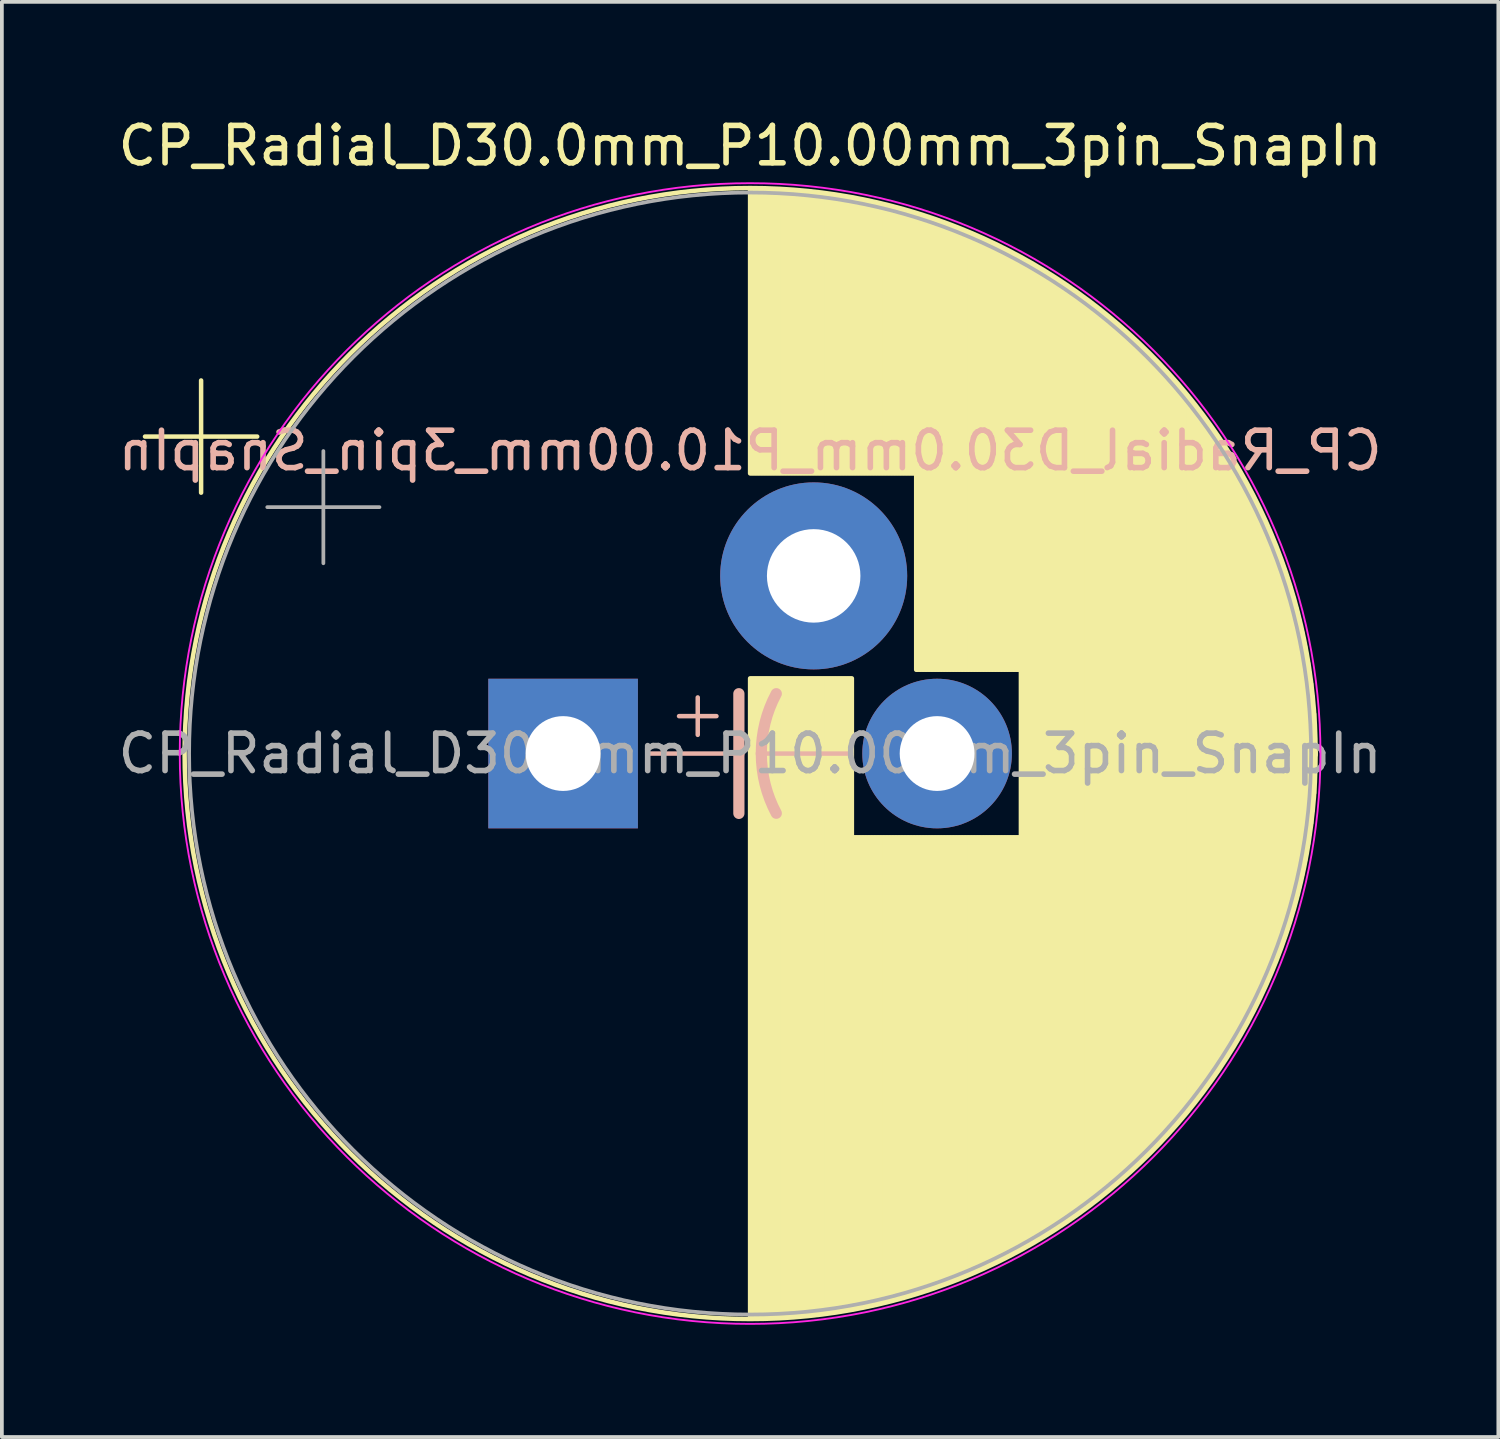
<source format=kicad_pcb>
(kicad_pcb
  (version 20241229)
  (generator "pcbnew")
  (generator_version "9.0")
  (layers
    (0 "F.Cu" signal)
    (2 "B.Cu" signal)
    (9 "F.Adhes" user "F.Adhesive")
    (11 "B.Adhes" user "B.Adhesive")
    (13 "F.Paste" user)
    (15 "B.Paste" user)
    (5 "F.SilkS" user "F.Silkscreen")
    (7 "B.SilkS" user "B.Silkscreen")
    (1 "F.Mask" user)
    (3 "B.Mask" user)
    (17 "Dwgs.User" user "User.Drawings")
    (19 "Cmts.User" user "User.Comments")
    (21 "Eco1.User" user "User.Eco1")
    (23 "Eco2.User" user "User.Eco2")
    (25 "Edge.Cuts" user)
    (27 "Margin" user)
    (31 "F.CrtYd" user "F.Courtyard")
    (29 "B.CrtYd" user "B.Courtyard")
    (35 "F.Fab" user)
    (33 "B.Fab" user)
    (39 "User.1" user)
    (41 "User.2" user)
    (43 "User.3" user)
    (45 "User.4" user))
  (footprint "CP_Radial_D30.0mm_P10.00mm_3pin_SnapIn"
    (layer "F.Cu")
    (at 12.006 17.098)
    (property "Reference" "CP_Radial_D30.0mm_P10.00mm_3pin_SnapIn" (at 5 -16.25 0) (layer "F.SilkS") (effects (font (size 1 1) (thickness 0.15))))
    (fp_line (start -11.179 -8.475) (end -8.179 -8.475) (stroke (width 0.12) (type solid)) (layer "F.SilkS"))
    (fp_line (start -9.679 -9.975) (end -9.679 -6.975) (stroke (width 0.12) (type solid)) (layer "F.SilkS"))
    (fp_line (start 5 -15.081) (end 5 -7.49) (stroke (width 0.12) (type solid)) (layer "F.SilkS"))
    (fp_line (start 5 -2.01) (end 5 15.081) (stroke (width 0.12) (type solid)) (layer "F.SilkS"))
    (fp_line (start 5.04 -15.08) (end 5.04 -7.49) (stroke (width 0.12) (type solid)) (layer "F.SilkS"))
    (fp_line (start 5.04 -2.01) (end 5.04 15.08) (stroke (width 0.12) (type solid)) (layer "F.SilkS"))
    (fp_line (start 5.08 -15.08) (end 5.08 -7.49) (stroke (width 0.12) (type solid)) (layer "F.SilkS"))
    (fp_line (start 5.08 -2.01) (end 5.08 15.08) (stroke (width 0.12) (type solid)) (layer "F.SilkS"))
    (fp_line (start 5.12 -15.08) (end 5.12 -7.49) (stroke (width 0.12) (type solid)) (layer "F.SilkS"))
    (fp_line (start 5.12 -2.01) (end 5.12 15.08) (stroke (width 0.12) (type solid)) (layer "F.SilkS"))
    (fp_line (start 5.16 -15.08) (end 5.16 -7.49) (stroke (width 0.12) (type solid)) (layer "F.SilkS"))
    (fp_line (start 5.16 -2.01) (end 5.16 15.08) (stroke (width 0.12) (type solid)) (layer "F.SilkS"))
    (fp_line (start 5.2 -15.079) (end 5.2 -7.49) (stroke (width 0.12) (type solid)) (layer "F.SilkS"))
    (fp_line (start 5.2 -2.01) (end 5.2 15.079) (stroke (width 0.12) (type solid)) (layer "F.SilkS"))
    (fp_line (start 5.24 -15.079) (end 5.24 -7.49) (stroke (width 0.12) (type solid)) (layer "F.SilkS"))
    (fp_line (start 5.24 -2.01) (end 5.24 15.079) (stroke (width 0.12) (type solid)) (layer "F.SilkS"))
    (fp_line (start 5.28 -15.078) (end 5.28 -7.49) (stroke (width 0.12) (type solid)) (layer "F.SilkS"))
    (fp_line (start 5.28 -2.01) (end 5.28 15.078) (stroke (width 0.12) (type solid)) (layer "F.SilkS"))
    (fp_line (start 5.32 -15.077) (end 5.32 -7.49) (stroke (width 0.12) (type solid)) (layer "F.SilkS"))
    (fp_line (start 5.32 -2.01) (end 5.32 15.077) (stroke (width 0.12) (type solid)) (layer "F.SilkS"))
    (fp_line (start 5.36 -15.076) (end 5.36 -7.49) (stroke (width 0.12) (type solid)) (layer "F.SilkS"))
    (fp_line (start 5.36 -2.01) (end 5.36 15.076) (stroke (width 0.12) (type solid)) (layer "F.SilkS"))
    (fp_line (start 5.4 -15.075) (end 5.4 -7.49) (stroke (width 0.12) (type solid)) (layer "F.SilkS"))
    (fp_line (start 5.4 -2.01) (end 5.4 15.075) (stroke (width 0.12) (type solid)) (layer "F.SilkS"))
    (fp_line (start 5.44 -15.074) (end 5.44 -7.49) (stroke (width 0.12) (type solid)) (layer "F.SilkS"))
    (fp_line (start 5.44 -2.01) (end 5.44 15.074) (stroke (width 0.12) (type solid)) (layer "F.SilkS"))
    (fp_line (start 5.48 -15.073) (end 5.48 -7.49) (stroke (width 0.12) (type solid)) (layer "F.SilkS"))
    (fp_line (start 5.48 -2.01) (end 5.48 15.073) (stroke (width 0.12) (type solid)) (layer "F.SilkS"))
    (fp_line (start 5.52 -15.072) (end 5.52 -7.49) (stroke (width 0.12) (type solid)) (layer "F.SilkS"))
    (fp_line (start 5.52 -2.01) (end 5.52 15.072) (stroke (width 0.12) (type solid)) (layer "F.SilkS"))
    (fp_line (start 5.56 -15.07) (end 5.56 -7.49) (stroke (width 0.12) (type solid)) (layer "F.SilkS"))
    (fp_line (start 5.56 -2.01) (end 5.56 15.07) (stroke (width 0.12) (type solid)) (layer "F.SilkS"))
    (fp_line (start 5.6 -15.069) (end 5.6 -7.49) (stroke (width 0.12) (type solid)) (layer "F.SilkS"))
    (fp_line (start 5.6 -2.01) (end 5.6 15.069) (stroke (width 0.12) (type solid)) (layer "F.SilkS"))
    (fp_line (start 5.64 -15.067) (end 5.64 -7.49) (stroke (width 0.12) (type solid)) (layer "F.SilkS"))
    (fp_line (start 5.64 -2.01) (end 5.64 15.067) (stroke (width 0.12) (type solid)) (layer "F.SilkS"))
    (fp_line (start 5.68 -15.065) (end 5.68 -7.49) (stroke (width 0.12) (type solid)) (layer "F.SilkS"))
    (fp_line (start 5.68 -2.01) (end 5.68 15.065) (stroke (width 0.12) (type solid)) (layer "F.SilkS"))
    (fp_line (start 5.721 -15.063) (end 5.721 -7.49) (stroke (width 0.12) (type solid)) (layer "F.SilkS"))
    (fp_line (start 5.721 -2.01) (end 5.721 15.063) (stroke (width 0.12) (type solid)) (layer "F.SilkS"))
    (fp_line (start 5.761 -15.061) (end 5.761 -7.49) (stroke (width 0.12) (type solid)) (layer "F.SilkS"))
    (fp_line (start 5.761 -2.01) (end 5.761 15.061) (stroke (width 0.12) (type solid)) (layer "F.SilkS"))
    (fp_line (start 5.801 -15.059) (end 5.801 -7.49) (stroke (width 0.12) (type solid)) (layer "F.SilkS"))
    (fp_line (start 5.801 -2.01) (end 5.801 15.059) (stroke (width 0.12) (type solid)) (layer "F.SilkS"))
    (fp_line (start 5.841 -15.057) (end 5.841 -7.49) (stroke (width 0.12) (type solid)) (layer "F.SilkS"))
    (fp_line (start 5.841 -2.01) (end 5.841 15.057) (stroke (width 0.12) (type solid)) (layer "F.SilkS"))
    (fp_line (start 5.881 -15.055) (end 5.881 -7.49) (stroke (width 0.12) (type solid)) (layer "F.SilkS"))
    (fp_line (start 5.881 -2.01) (end 5.881 15.055) (stroke (width 0.12) (type solid)) (layer "F.SilkS"))
    (fp_line (start 5.921 -15.052) (end 5.921 -7.49) (stroke (width 0.12) (type solid)) (layer "F.SilkS"))
    (fp_line (start 5.921 -2.01) (end 5.921 15.052) (stroke (width 0.12) (type solid)) (layer "F.SilkS"))
    (fp_line (start 5.961 -15.05) (end 5.961 -7.49) (stroke (width 0.12) (type solid)) (layer "F.SilkS"))
    (fp_line (start 5.961 -2.01) (end 5.961 15.05) (stroke (width 0.12) (type solid)) (layer "F.SilkS"))
    (fp_line (start 6.001 -15.047) (end 6.001 -7.49) (stroke (width 0.12) (type solid)) (layer "F.SilkS"))
    (fp_line (start 6.001 -2.01) (end 6.001 15.047) (stroke (width 0.12) (type solid)) (layer "F.SilkS"))
    (fp_line (start 6.041 -15.045) (end 6.041 -7.49) (stroke (width 0.12) (type solid)) (layer "F.SilkS"))
    (fp_line (start 6.041 -2.01) (end 6.041 15.045) (stroke (width 0.12) (type solid)) (layer "F.SilkS"))
    (fp_line (start 6.081 -15.042) (end 6.081 -7.49) (stroke (width 0.12) (type solid)) (layer "F.SilkS"))
    (fp_line (start 6.081 -2.01) (end 6.081 15.042) (stroke (width 0.12) (type solid)) (layer "F.SilkS"))
    (fp_line (start 6.121 -15.039) (end 6.121 -7.49) (stroke (width 0.12) (type solid)) (layer "F.SilkS"))
    (fp_line (start 6.121 -2.01) (end 6.121 15.039) (stroke (width 0.12) (type solid)) (layer "F.SilkS"))
    (fp_line (start 6.161 -15.036) (end 6.161 -7.49) (stroke (width 0.12) (type solid)) (layer "F.SilkS"))
    (fp_line (start 6.161 -2.01) (end 6.161 15.036) (stroke (width 0.12) (type solid)) (layer "F.SilkS"))
    (fp_line (start 6.201 -15.033) (end 6.201 -7.49) (stroke (width 0.12) (type solid)) (layer "F.SilkS"))
    (fp_line (start 6.201 -2.01) (end 6.201 15.033) (stroke (width 0.12) (type solid)) (layer "F.SilkS"))
    (fp_line (start 6.241 -15.03) (end 6.241 -7.49) (stroke (width 0.12) (type solid)) (layer "F.SilkS"))
    (fp_line (start 6.241 -2.01) (end 6.241 15.03) (stroke (width 0.12) (type solid)) (layer "F.SilkS"))
    (fp_line (start 6.281 -15.026) (end 6.281 -7.49) (stroke (width 0.12) (type solid)) (layer "F.SilkS"))
    (fp_line (start 6.281 -2.01) (end 6.281 15.026) (stroke (width 0.12) (type solid)) (layer "F.SilkS"))
    (fp_line (start 6.321 -15.023) (end 6.321 -7.49) (stroke (width 0.12) (type solid)) (layer "F.SilkS"))
    (fp_line (start 6.321 -2.01) (end 6.321 15.023) (stroke (width 0.12) (type solid)) (layer "F.SilkS"))
    (fp_line (start 6.361 -15.019) (end 6.361 -7.49) (stroke (width 0.12) (type solid)) (layer "F.SilkS"))
    (fp_line (start 6.361 -2.01) (end 6.361 15.019) (stroke (width 0.12) (type solid)) (layer "F.SilkS"))
    (fp_line (start 6.401 -15.016) (end 6.401 -7.49) (stroke (width 0.12) (type solid)) (layer "F.SilkS"))
    (fp_line (start 6.401 -2.01) (end 6.401 15.016) (stroke (width 0.12) (type solid)) (layer "F.SilkS"))
    (fp_line (start 6.441 -15.012) (end 6.441 -7.49) (stroke (width 0.12) (type solid)) (layer "F.SilkS"))
    (fp_line (start 6.441 -2.01) (end 6.441 15.012) (stroke (width 0.12) (type solid)) (layer "F.SilkS"))
    (fp_line (start 6.481 -15.008) (end 6.481 -7.49) (stroke (width 0.12) (type solid)) (layer "F.SilkS"))
    (fp_line (start 6.481 -2.01) (end 6.481 15.008) (stroke (width 0.12) (type solid)) (layer "F.SilkS"))
    (fp_line (start 6.521 -15.004) (end 6.521 -7.49) (stroke (width 0.12) (type solid)) (layer "F.SilkS"))
    (fp_line (start 6.521 -2.01) (end 6.521 15.004) (stroke (width 0.12) (type solid)) (layer "F.SilkS"))
    (fp_line (start 6.561 -15) (end 6.561 -7.49) (stroke (width 0.12) (type solid)) (layer "F.SilkS"))
    (fp_line (start 6.561 -2.01) (end 6.561 15) (stroke (width 0.12) (type solid)) (layer "F.SilkS"))
    (fp_line (start 6.601 -14.996) (end 6.601 -7.49) (stroke (width 0.12) (type solid)) (layer "F.SilkS"))
    (fp_line (start 6.601 -2.01) (end 6.601 14.996) (stroke (width 0.12) (type solid)) (layer "F.SilkS"))
    (fp_line (start 6.641 -14.991) (end 6.641 -7.49) (stroke (width 0.12) (type solid)) (layer "F.SilkS"))
    (fp_line (start 6.641 -2.01) (end 6.641 14.991) (stroke (width 0.12) (type solid)) (layer "F.SilkS"))
    (fp_line (start 6.681 -14.987) (end 6.681 -7.49) (stroke (width 0.12) (type solid)) (layer "F.SilkS"))
    (fp_line (start 6.681 -2.01) (end 6.681 14.987) (stroke (width 0.12) (type solid)) (layer "F.SilkS"))
    (fp_line (start 6.721 -14.982) (end 6.721 -7.49) (stroke (width 0.12) (type solid)) (layer "F.SilkS"))
    (fp_line (start 6.721 -2.01) (end 6.721 14.982) (stroke (width 0.12) (type solid)) (layer "F.SilkS"))
    (fp_line (start 6.761 -14.978) (end 6.761 -7.49) (stroke (width 0.12) (type solid)) (layer "F.SilkS"))
    (fp_line (start 6.761 -2.01) (end 6.761 14.978) (stroke (width 0.12) (type solid)) (layer "F.SilkS"))
    (fp_line (start 6.801 -14.973) (end 6.801 -7.49) (stroke (width 0.12) (type solid)) (layer "F.SilkS"))
    (fp_line (start 6.801 -2.01) (end 6.801 14.973) (stroke (width 0.12) (type solid)) (layer "F.SilkS"))
    (fp_line (start 6.841 -14.968) (end 6.841 -7.49) (stroke (width 0.12) (type solid)) (layer "F.SilkS"))
    (fp_line (start 6.841 -2.01) (end 6.841 14.968) (stroke (width 0.12) (type solid)) (layer "F.SilkS"))
    (fp_line (start 6.881 -14.963) (end 6.881 -7.49) (stroke (width 0.12) (type solid)) (layer "F.SilkS"))
    (fp_line (start 6.881 -2.01) (end 6.881 14.963) (stroke (width 0.12) (type solid)) (layer "F.SilkS"))
    (fp_line (start 6.921 -14.958) (end 6.921 -7.49) (stroke (width 0.12) (type solid)) (layer "F.SilkS"))
    (fp_line (start 6.921 -2.01) (end 6.921 14.958) (stroke (width 0.12) (type solid)) (layer "F.SilkS"))
    (fp_line (start 6.961 -14.953) (end 6.961 -7.49) (stroke (width 0.12) (type solid)) (layer "F.SilkS"))
    (fp_line (start 6.961 -2.01) (end 6.961 14.953) (stroke (width 0.12) (type solid)) (layer "F.SilkS"))
    (fp_line (start 7.001 -14.948) (end 7.001 -7.49) (stroke (width 0.12) (type solid)) (layer "F.SilkS"))
    (fp_line (start 7.001 -2.01) (end 7.001 14.948) (stroke (width 0.12) (type solid)) (layer "F.SilkS"))
    (fp_line (start 7.041 -14.942) (end 7.041 -7.49) (stroke (width 0.12) (type solid)) (layer "F.SilkS"))
    (fp_line (start 7.041 -2.01) (end 7.041 14.942) (stroke (width 0.12) (type solid)) (layer "F.SilkS"))
    (fp_line (start 7.081 -14.937) (end 7.081 -7.49) (stroke (width 0.12) (type solid)) (layer "F.SilkS"))
    (fp_line (start 7.081 -2.01) (end 7.081 14.937) (stroke (width 0.12) (type solid)) (layer "F.SilkS"))
    (fp_line (start 7.121 -14.931) (end 7.121 -7.49) (stroke (width 0.12) (type solid)) (layer "F.SilkS"))
    (fp_line (start 7.121 -2.01) (end 7.121 14.931) (stroke (width 0.12) (type solid)) (layer "F.SilkS"))
    (fp_line (start 7.161 -14.925) (end 7.161 -7.49) (stroke (width 0.12) (type solid)) (layer "F.SilkS"))
    (fp_line (start 7.161 -2.01) (end 7.161 14.925) (stroke (width 0.12) (type solid)) (layer "F.SilkS"))
    (fp_line (start 7.201 -14.92) (end 7.201 -7.49) (stroke (width 0.12) (type solid)) (layer "F.SilkS"))
    (fp_line (start 7.201 -2.01) (end 7.201 14.92) (stroke (width 0.12) (type solid)) (layer "F.SilkS"))
    (fp_line (start 7.241 -14.914) (end 7.241 -7.49) (stroke (width 0.12) (type solid)) (layer "F.SilkS"))
    (fp_line (start 7.241 -2.01) (end 7.241 14.914) (stroke (width 0.12) (type solid)) (layer "F.SilkS"))
    (fp_line (start 7.281 -14.908) (end 7.281 -7.49) (stroke (width 0.12) (type solid)) (layer "F.SilkS"))
    (fp_line (start 7.281 -2.01) (end 7.281 14.908) (stroke (width 0.12) (type solid)) (layer "F.SilkS"))
    (fp_line (start 7.321 -14.901) (end 7.321 -7.49) (stroke (width 0.12) (type solid)) (layer "F.SilkS"))
    (fp_line (start 7.321 -2.01) (end 7.321 14.901) (stroke (width 0.12) (type solid)) (layer "F.SilkS"))
    (fp_line (start 7.361 -14.895) (end 7.361 -7.49) (stroke (width 0.12) (type solid)) (layer "F.SilkS"))
    (fp_line (start 7.361 -2.01) (end 7.361 14.895) (stroke (width 0.12) (type solid)) (layer "F.SilkS"))
    (fp_line (start 7.401 -14.889) (end 7.401 -7.49) (stroke (width 0.12) (type solid)) (layer "F.SilkS"))
    (fp_line (start 7.401 -2.01) (end 7.401 14.889) (stroke (width 0.12) (type solid)) (layer "F.SilkS"))
    (fp_line (start 7.441 -14.882) (end 7.441 -7.49) (stroke (width 0.12) (type solid)) (layer "F.SilkS"))
    (fp_line (start 7.441 -2.01) (end 7.441 14.882) (stroke (width 0.12) (type solid)) (layer "F.SilkS"))
    (fp_line (start 7.481 -14.876) (end 7.481 -7.49) (stroke (width 0.12) (type solid)) (layer "F.SilkS"))
    (fp_line (start 7.481 -2.01) (end 7.481 14.876) (stroke (width 0.12) (type solid)) (layer "F.SilkS"))
    (fp_line (start 7.521 -14.869) (end 7.521 -7.49) (stroke (width 0.12) (type solid)) (layer "F.SilkS"))
    (fp_line (start 7.521 -2.01) (end 7.521 14.869) (stroke (width 0.12) (type solid)) (layer "F.SilkS"))
    (fp_line (start 7.561 -14.862) (end 7.561 -7.49) (stroke (width 0.12) (type solid)) (layer "F.SilkS"))
    (fp_line (start 7.561 -2.01) (end 7.561 14.862) (stroke (width 0.12) (type solid)) (layer "F.SilkS"))
    (fp_line (start 7.601 -14.855) (end 7.601 -7.49) (stroke (width 0.12) (type solid)) (layer "F.SilkS"))
    (fp_line (start 7.601 -2.01) (end 7.601 14.855) (stroke (width 0.12) (type solid)) (layer "F.SilkS"))
    (fp_line (start 7.641 -14.848) (end 7.641 -7.49) (stroke (width 0.12) (type solid)) (layer "F.SilkS"))
    (fp_line (start 7.641 -2.01) (end 7.641 14.848) (stroke (width 0.12) (type solid)) (layer "F.SilkS"))
    (fp_line (start 7.681 -14.841) (end 7.681 -7.49) (stroke (width 0.12) (type solid)) (layer "F.SilkS"))
    (fp_line (start 7.681 -2.01) (end 7.681 14.841) (stroke (width 0.12) (type solid)) (layer "F.SilkS"))
    (fp_line (start 7.721 -14.834) (end 7.721 -7.49) (stroke (width 0.12) (type solid)) (layer "F.SilkS"))
    (fp_line (start 7.721 -2.01) (end 7.721 14.834) (stroke (width 0.12) (type solid)) (layer "F.SilkS"))
    (fp_line (start 7.761 -14.826) (end 7.761 -7.49) (stroke (width 0.12) (type solid)) (layer "F.SilkS"))
    (fp_line (start 7.761 2.24) (end 7.761 14.826) (stroke (width 0.12) (type solid)) (layer "F.SilkS"))
    (fp_line (start 7.801 -14.819) (end 7.801 -7.49) (stroke (width 0.12) (type solid)) (layer "F.SilkS"))
    (fp_line (start 7.801 2.24) (end 7.801 14.819) (stroke (width 0.12) (type solid)) (layer "F.SilkS"))
    (fp_line (start 7.841 -14.811) (end 7.841 -7.49) (stroke (width 0.12) (type solid)) (layer "F.SilkS"))
    (fp_line (start 7.841 2.24) (end 7.841 14.811) (stroke (width 0.12) (type solid)) (layer "F.SilkS"))
    (fp_line (start 7.881 -14.804) (end 7.881 -7.49) (stroke (width 0.12) (type solid)) (layer "F.SilkS"))
    (fp_line (start 7.881 2.24) (end 7.881 14.804) (stroke (width 0.12) (type solid)) (layer "F.SilkS"))
    (fp_line (start 7.921 -14.796) (end 7.921 -7.49) (stroke (width 0.12) (type solid)) (layer "F.SilkS"))
    (fp_line (start 7.921 2.24) (end 7.921 14.796) (stroke (width 0.12) (type solid)) (layer "F.SilkS"))
    (fp_line (start 7.961 -14.788) (end 7.961 -7.49) (stroke (width 0.12) (type solid)) (layer "F.SilkS"))
    (fp_line (start 7.961 2.24) (end 7.961 14.788) (stroke (width 0.12) (type solid)) (layer "F.SilkS"))
    (fp_line (start 8.001 -14.78) (end 8.001 -7.49) (stroke (width 0.12) (type solid)) (layer "F.SilkS"))
    (fp_line (start 8.001 2.24) (end 8.001 14.78) (stroke (width 0.12) (type solid)) (layer "F.SilkS"))
    (fp_line (start 8.041 -14.772) (end 8.041 -7.49) (stroke (width 0.12) (type solid)) (layer "F.SilkS"))
    (fp_line (start 8.041 2.24) (end 8.041 14.772) (stroke (width 0.12) (type solid)) (layer "F.SilkS"))
    (fp_line (start 8.081 -14.763) (end 8.081 -7.49) (stroke (width 0.12) (type solid)) (layer "F.SilkS"))
    (fp_line (start 8.081 2.24) (end 8.081 14.763) (stroke (width 0.12) (type solid)) (layer "F.SilkS"))
    (fp_line (start 8.121 -14.755) (end 8.121 -7.49) (stroke (width 0.12) (type solid)) (layer "F.SilkS"))
    (fp_line (start 8.121 2.24) (end 8.121 14.755) (stroke (width 0.12) (type solid)) (layer "F.SilkS"))
    (fp_line (start 8.161 -14.747) (end 8.161 -7.49) (stroke (width 0.12) (type solid)) (layer "F.SilkS"))
    (fp_line (start 8.161 2.24) (end 8.161 14.747) (stroke (width 0.12) (type solid)) (layer "F.SilkS"))
    (fp_line (start 8.201 -14.738) (end 8.201 -7.49) (stroke (width 0.12) (type solid)) (layer "F.SilkS"))
    (fp_line (start 8.201 2.24) (end 8.201 14.738) (stroke (width 0.12) (type solid)) (layer "F.SilkS"))
    (fp_line (start 8.241 -14.729) (end 8.241 -7.49) (stroke (width 0.12) (type solid)) (layer "F.SilkS"))
    (fp_line (start 8.241 2.24) (end 8.241 14.729) (stroke (width 0.12) (type solid)) (layer "F.SilkS"))
    (fp_line (start 8.281 -14.72) (end 8.281 -7.49) (stroke (width 0.12) (type solid)) (layer "F.SilkS"))
    (fp_line (start 8.281 2.24) (end 8.281 14.72) (stroke (width 0.12) (type solid)) (layer "F.SilkS"))
    (fp_line (start 8.321 -14.711) (end 8.321 -7.49) (stroke (width 0.12) (type solid)) (layer "F.SilkS"))
    (fp_line (start 8.321 2.24) (end 8.321 14.711) (stroke (width 0.12) (type solid)) (layer "F.SilkS"))
    (fp_line (start 8.361 -14.702) (end 8.361 -7.49) (stroke (width 0.12) (type solid)) (layer "F.SilkS"))
    (fp_line (start 8.361 2.24) (end 8.361 14.702) (stroke (width 0.12) (type solid)) (layer "F.SilkS"))
    (fp_line (start 8.401 -14.693) (end 8.401 -7.49) (stroke (width 0.12) (type solid)) (layer "F.SilkS"))
    (fp_line (start 8.401 2.24) (end 8.401 14.693) (stroke (width 0.12) (type solid)) (layer "F.SilkS"))
    (fp_line (start 8.441 -14.684) (end 8.441 -7.49) (stroke (width 0.12) (type solid)) (layer "F.SilkS"))
    (fp_line (start 8.441 2.24) (end 8.441 14.684) (stroke (width 0.12) (type solid)) (layer "F.SilkS"))
    (fp_line (start 8.481 -14.675) (end 8.481 -7.49) (stroke (width 0.12) (type solid)) (layer "F.SilkS"))
    (fp_line (start 8.481 2.24) (end 8.481 14.675) (stroke (width 0.12) (type solid)) (layer "F.SilkS"))
    (fp_line (start 8.521 -14.665) (end 8.521 -7.49) (stroke (width 0.12) (type solid)) (layer "F.SilkS"))
    (fp_line (start 8.521 2.24) (end 8.521 14.665) (stroke (width 0.12) (type solid)) (layer "F.SilkS"))
    (fp_line (start 8.561 -14.655) (end 8.561 -7.49) (stroke (width 0.12) (type solid)) (layer "F.SilkS"))
    (fp_line (start 8.561 2.24) (end 8.561 14.655) (stroke (width 0.12) (type solid)) (layer "F.SilkS"))
    (fp_line (start 8.601 -14.646) (end 8.601 -7.49) (stroke (width 0.12) (type solid)) (layer "F.SilkS"))
    (fp_line (start 8.601 2.24) (end 8.601 14.646) (stroke (width 0.12) (type solid)) (layer "F.SilkS"))
    (fp_line (start 8.641 -14.636) (end 8.641 -7.49) (stroke (width 0.12) (type solid)) (layer "F.SilkS"))
    (fp_line (start 8.641 2.24) (end 8.641 14.636) (stroke (width 0.12) (type solid)) (layer "F.SilkS"))
    (fp_line (start 8.681 -14.626) (end 8.681 -7.49) (stroke (width 0.12) (type solid)) (layer "F.SilkS"))
    (fp_line (start 8.681 2.24) (end 8.681 14.626) (stroke (width 0.12) (type solid)) (layer "F.SilkS"))
    (fp_line (start 8.721 -14.616) (end 8.721 -7.49) (stroke (width 0.12) (type solid)) (layer "F.SilkS"))
    (fp_line (start 8.721 2.24) (end 8.721 14.616) (stroke (width 0.12) (type solid)) (layer "F.SilkS"))
    (fp_line (start 8.761 -14.606) (end 8.761 -7.49) (stroke (width 0.12) (type solid)) (layer "F.SilkS"))
    (fp_line (start 8.761 2.24) (end 8.761 14.606) (stroke (width 0.12) (type solid)) (layer "F.SilkS"))
    (fp_line (start 8.801 -14.595) (end 8.801 -7.49) (stroke (width 0.12) (type solid)) (layer "F.SilkS"))
    (fp_line (start 8.801 2.24) (end 8.801 14.595) (stroke (width 0.12) (type solid)) (layer "F.SilkS"))
    (fp_line (start 8.841 -14.585) (end 8.841 -7.49) (stroke (width 0.12) (type solid)) (layer "F.SilkS"))
    (fp_line (start 8.841 2.24) (end 8.841 14.585) (stroke (width 0.12) (type solid)) (layer "F.SilkS"))
    (fp_line (start 8.881 -14.574) (end 8.881 -7.49) (stroke (width 0.12) (type solid)) (layer "F.SilkS"))
    (fp_line (start 8.881 2.24) (end 8.881 14.574) (stroke (width 0.12) (type solid)) (layer "F.SilkS"))
    (fp_line (start 8.921 -14.564) (end 8.921 -7.49) (stroke (width 0.12) (type solid)) (layer "F.SilkS"))
    (fp_line (start 8.921 2.24) (end 8.921 14.564) (stroke (width 0.12) (type solid)) (layer "F.SilkS"))
    (fp_line (start 8.961 -14.553) (end 8.961 -7.49) (stroke (width 0.12) (type solid)) (layer "F.SilkS"))
    (fp_line (start 8.961 2.24) (end 8.961 14.553) (stroke (width 0.12) (type solid)) (layer "F.SilkS"))
    (fp_line (start 9.001 -14.542) (end 9.001 -7.49) (stroke (width 0.12) (type solid)) (layer "F.SilkS"))
    (fp_line (start 9.001 2.24) (end 9.001 14.542) (stroke (width 0.12) (type solid)) (layer "F.SilkS"))
    (fp_line (start 9.041 -14.531) (end 9.041 -7.49) (stroke (width 0.12) (type solid)) (layer "F.SilkS"))
    (fp_line (start 9.041 2.24) (end 9.041 14.531) (stroke (width 0.12) (type solid)) (layer "F.SilkS"))
    (fp_line (start 9.081 -14.52) (end 9.081 -7.49) (stroke (width 0.12) (type solid)) (layer "F.SilkS"))
    (fp_line (start 9.081 2.24) (end 9.081 14.52) (stroke (width 0.12) (type solid)) (layer "F.SilkS"))
    (fp_line (start 9.121 -14.508) (end 9.121 -7.49) (stroke (width 0.12) (type solid)) (layer "F.SilkS"))
    (fp_line (start 9.121 2.24) (end 9.121 14.508) (stroke (width 0.12) (type solid)) (layer "F.SilkS"))
    (fp_line (start 9.161 -14.497) (end 9.161 -7.49) (stroke (width 0.12) (type solid)) (layer "F.SilkS"))
    (fp_line (start 9.161 2.24) (end 9.161 14.497) (stroke (width 0.12) (type solid)) (layer "F.SilkS"))
    (fp_line (start 9.201 -14.485) (end 9.201 -7.49) (stroke (width 0.12) (type solid)) (layer "F.SilkS"))
    (fp_line (start 9.201 2.24) (end 9.201 14.485) (stroke (width 0.12) (type solid)) (layer "F.SilkS"))
    (fp_line (start 9.241 -14.474) (end 9.241 -7.49) (stroke (width 0.12) (type solid)) (layer "F.SilkS"))
    (fp_line (start 9.241 2.24) (end 9.241 14.474) (stroke (width 0.12) (type solid)) (layer "F.SilkS"))
    (fp_line (start 9.281 -14.462) (end 9.281 -7.49) (stroke (width 0.12) (type solid)) (layer "F.SilkS"))
    (fp_line (start 9.281 2.24) (end 9.281 14.462) (stroke (width 0.12) (type solid)) (layer "F.SilkS"))
    (fp_line (start 9.321 -14.45) (end 9.321 -7.49) (stroke (width 0.12) (type solid)) (layer "F.SilkS"))
    (fp_line (start 9.321 2.24) (end 9.321 14.45) (stroke (width 0.12) (type solid)) (layer "F.SilkS"))
    (fp_line (start 9.361 -14.438) (end 9.361 -7.49) (stroke (width 0.12) (type solid)) (layer "F.SilkS"))
    (fp_line (start 9.361 2.24) (end 9.361 14.438) (stroke (width 0.12) (type solid)) (layer "F.SilkS"))
    (fp_line (start 9.401 -14.426) (end 9.401 -7.49) (stroke (width 0.12) (type solid)) (layer "F.SilkS"))
    (fp_line (start 9.401 2.24) (end 9.401 14.426) (stroke (width 0.12) (type solid)) (layer "F.SilkS"))
    (fp_line (start 9.441 -14.414) (end 9.441 -2.24) (stroke (width 0.12) (type solid)) (layer "F.SilkS"))
    (fp_line (start 9.441 2.24) (end 9.441 14.414) (stroke (width 0.12) (type solid)) (layer "F.SilkS"))
    (fp_line (start 9.481 -14.402) (end 9.481 -2.24) (stroke (width 0.12) (type solid)) (layer "F.SilkS"))
    (fp_line (start 9.481 2.24) (end 9.481 14.402) (stroke (width 0.12) (type solid)) (layer "F.SilkS"))
    (fp_line (start 9.521 -14.389) (end 9.521 -2.24) (stroke (width 0.12) (type solid)) (layer "F.SilkS"))
    (fp_line (start 9.521 2.24) (end 9.521 14.389) (stroke (width 0.12) (type solid)) (layer "F.SilkS"))
    (fp_line (start 9.561 -14.376) (end 9.561 -2.24) (stroke (width 0.12) (type solid)) (layer "F.SilkS"))
    (fp_line (start 9.561 2.24) (end 9.561 14.376) (stroke (width 0.12) (type solid)) (layer "F.SilkS"))
    (fp_line (start 9.601 -14.364) (end 9.601 -2.24) (stroke (width 0.12) (type solid)) (layer "F.SilkS"))
    (fp_line (start 9.601 2.24) (end 9.601 14.364) (stroke (width 0.12) (type solid)) (layer "F.SilkS"))
    (fp_line (start 9.641 -14.351) (end 9.641 -2.24) (stroke (width 0.12) (type solid)) (layer "F.SilkS"))
    (fp_line (start 9.641 2.24) (end 9.641 14.351) (stroke (width 0.12) (type solid)) (layer "F.SilkS"))
    (fp_line (start 9.681 -14.338) (end 9.681 -2.24) (stroke (width 0.12) (type solid)) (layer "F.SilkS"))
    (fp_line (start 9.681 2.24) (end 9.681 14.338) (stroke (width 0.12) (type solid)) (layer "F.SilkS"))
    (fp_line (start 9.721 -14.325) (end 9.721 -2.24) (stroke (width 0.12) (type solid)) (layer "F.SilkS"))
    (fp_line (start 9.721 2.24) (end 9.721 14.325) (stroke (width 0.12) (type solid)) (layer "F.SilkS"))
    (fp_line (start 9.761 -14.312) (end 9.761 -2.24) (stroke (width 0.12) (type solid)) (layer "F.SilkS"))
    (fp_line (start 9.761 2.24) (end 9.761 14.312) (stroke (width 0.12) (type solid)) (layer "F.SilkS"))
    (fp_line (start 9.801 -14.298) (end 9.801 -2.24) (stroke (width 0.12) (type solid)) (layer "F.SilkS"))
    (fp_line (start 9.801 2.24) (end 9.801 14.298) (stroke (width 0.12) (type solid)) (layer "F.SilkS"))
    (fp_line (start 9.841 -14.285) (end 9.841 -2.24) (stroke (width 0.12) (type solid)) (layer "F.SilkS"))
    (fp_line (start 9.841 2.24) (end 9.841 14.285) (stroke (width 0.12) (type solid)) (layer "F.SilkS"))
    (fp_line (start 9.881 -14.271) (end 9.881 -2.24) (stroke (width 0.12) (type solid)) (layer "F.SilkS"))
    (fp_line (start 9.881 2.24) (end 9.881 14.271) (stroke (width 0.12) (type solid)) (layer "F.SilkS"))
    (fp_line (start 9.921 -14.258) (end 9.921 -2.24) (stroke (width 0.12) (type solid)) (layer "F.SilkS"))
    (fp_line (start 9.921 2.24) (end 9.921 14.258) (stroke (width 0.12) (type solid)) (layer "F.SilkS"))
    (fp_line (start 9.961 -14.244) (end 9.961 -2.24) (stroke (width 0.12) (type solid)) (layer "F.SilkS"))
    (fp_line (start 9.961 2.24) (end 9.961 14.244) (stroke (width 0.12) (type solid)) (layer "F.SilkS"))
    (fp_line (start 10.001 -14.23) (end 10.001 -2.24) (stroke (width 0.12) (type solid)) (layer "F.SilkS"))
    (fp_line (start 10.001 2.24) (end 10.001 14.23) (stroke (width 0.12) (type solid)) (layer "F.SilkS"))
    (fp_line (start 10.041 -14.216) (end 10.041 -2.24) (stroke (width 0.12) (type solid)) (layer "F.SilkS"))
    (fp_line (start 10.041 2.24) (end 10.041 14.216) (stroke (width 0.12) (type solid)) (layer "F.SilkS"))
    (fp_line (start 10.081 -14.202) (end 10.081 -2.24) (stroke (width 0.12) (type solid)) (layer "F.SilkS"))
    (fp_line (start 10.081 2.24) (end 10.081 14.202) (stroke (width 0.12) (type solid)) (layer "F.SilkS"))
    (fp_line (start 10.121 -14.187) (end 10.121 -2.24) (stroke (width 0.12) (type solid)) (layer "F.SilkS"))
    (fp_line (start 10.121 2.24) (end 10.121 14.187) (stroke (width 0.12) (type solid)) (layer "F.SilkS"))
    (fp_line (start 10.161 -14.173) (end 10.161 -2.24) (stroke (width 0.12) (type solid)) (layer "F.SilkS"))
    (fp_line (start 10.161 2.24) (end 10.161 14.173) (stroke (width 0.12) (type solid)) (layer "F.SilkS"))
    (fp_line (start 10.201 -14.158) (end 10.201 -2.24) (stroke (width 0.12) (type solid)) (layer "F.SilkS"))
    (fp_line (start 10.201 2.24) (end 10.201 14.158) (stroke (width 0.12) (type solid)) (layer "F.SilkS"))
    (fp_line (start 10.241 -14.143) (end 10.241 -2.24) (stroke (width 0.12) (type solid)) (layer "F.SilkS"))
    (fp_line (start 10.241 2.24) (end 10.241 14.143) (stroke (width 0.12) (type solid)) (layer "F.SilkS"))
    (fp_line (start 10.281 -14.129) (end 10.281 -2.24) (stroke (width 0.12) (type solid)) (layer "F.SilkS"))
    (fp_line (start 10.281 2.24) (end 10.281 14.129) (stroke (width 0.12) (type solid)) (layer "F.SilkS"))
    (fp_line (start 10.321 -14.114) (end 10.321 -2.24) (stroke (width 0.12) (type solid)) (layer "F.SilkS"))
    (fp_line (start 10.321 2.24) (end 10.321 14.114) (stroke (width 0.12) (type solid)) (layer "F.SilkS"))
    (fp_line (start 10.361 -14.099) (end 10.361 -2.24) (stroke (width 0.12) (type solid)) (layer "F.SilkS"))
    (fp_line (start 10.361 2.24) (end 10.361 14.099) (stroke (width 0.12) (type solid)) (layer "F.SilkS"))
    (fp_line (start 10.401 -14.083) (end 10.401 -2.24) (stroke (width 0.12) (type solid)) (layer "F.SilkS"))
    (fp_line (start 10.401 2.24) (end 10.401 14.083) (stroke (width 0.12) (type solid)) (layer "F.SilkS"))
    (fp_line (start 10.441 -14.068) (end 10.441 -2.24) (stroke (width 0.12) (type solid)) (layer "F.SilkS"))
    (fp_line (start 10.441 2.24) (end 10.441 14.068) (stroke (width 0.12) (type solid)) (layer "F.SilkS"))
    (fp_line (start 10.481 -14.052) (end 10.481 -2.24) (stroke (width 0.12) (type solid)) (layer "F.SilkS"))
    (fp_line (start 10.481 2.24) (end 10.481 14.052) (stroke (width 0.12) (type solid)) (layer "F.SilkS"))
    (fp_line (start 10.521 -14.037) (end 10.521 -2.24) (stroke (width 0.12) (type solid)) (layer "F.SilkS"))
    (fp_line (start 10.521 2.24) (end 10.521 14.037) (stroke (width 0.12) (type solid)) (layer "F.SilkS"))
    (fp_line (start 10.561 -14.021) (end 10.561 -2.24) (stroke (width 0.12) (type solid)) (layer "F.SilkS"))
    (fp_line (start 10.561 2.24) (end 10.561 14.021) (stroke (width 0.12) (type solid)) (layer "F.SilkS"))
    (fp_line (start 10.601 -14.005) (end 10.601 -2.24) (stroke (width 0.12) (type solid)) (layer "F.SilkS"))
    (fp_line (start 10.601 2.24) (end 10.601 14.005) (stroke (width 0.12) (type solid)) (layer "F.SilkS"))
    (fp_line (start 10.641 -13.989) (end 10.641 -2.24) (stroke (width 0.12) (type solid)) (layer "F.SilkS"))
    (fp_line (start 10.641 2.24) (end 10.641 13.989) (stroke (width 0.12) (type solid)) (layer "F.SilkS"))
    (fp_line (start 10.681 -13.973) (end 10.681 -2.24) (stroke (width 0.12) (type solid)) (layer "F.SilkS"))
    (fp_line (start 10.681 2.24) (end 10.681 13.973) (stroke (width 0.12) (type solid)) (layer "F.SilkS"))
    (fp_line (start 10.721 -13.957) (end 10.721 -2.24) (stroke (width 0.12) (type solid)) (layer "F.SilkS"))
    (fp_line (start 10.721 2.24) (end 10.721 13.957) (stroke (width 0.12) (type solid)) (layer "F.SilkS"))
    (fp_line (start 10.761 -13.94) (end 10.761 -2.24) (stroke (width 0.12) (type solid)) (layer "F.SilkS"))
    (fp_line (start 10.761 2.24) (end 10.761 13.94) (stroke (width 0.12) (type solid)) (layer "F.SilkS"))
    (fp_line (start 10.801 -13.924) (end 10.801 -2.24) (stroke (width 0.12) (type solid)) (layer "F.SilkS"))
    (fp_line (start 10.801 2.24) (end 10.801 13.924) (stroke (width 0.12) (type solid)) (layer "F.SilkS"))
    (fp_line (start 10.841 -13.907) (end 10.841 -2.24) (stroke (width 0.12) (type solid)) (layer "F.SilkS"))
    (fp_line (start 10.841 2.24) (end 10.841 13.907) (stroke (width 0.12) (type solid)) (layer "F.SilkS"))
    (fp_line (start 10.881 -13.89) (end 10.881 -2.24) (stroke (width 0.12) (type solid)) (layer "F.SilkS"))
    (fp_line (start 10.881 2.24) (end 10.881 13.89) (stroke (width 0.12) (type solid)) (layer "F.SilkS"))
    (fp_line (start 10.921 -13.873) (end 10.921 -2.24) (stroke (width 0.12) (type solid)) (layer "F.SilkS"))
    (fp_line (start 10.921 2.24) (end 10.921 13.873) (stroke (width 0.12) (type solid)) (layer "F.SilkS"))
    (fp_line (start 10.961 -13.856) (end 10.961 -2.24) (stroke (width 0.12) (type solid)) (layer "F.SilkS"))
    (fp_line (start 10.961 2.24) (end 10.961 13.856) (stroke (width 0.12) (type solid)) (layer "F.SilkS"))
    (fp_line (start 11.001 -13.839) (end 11.001 -2.24) (stroke (width 0.12) (type solid)) (layer "F.SilkS"))
    (fp_line (start 11.001 2.24) (end 11.001 13.839) (stroke (width 0.12) (type solid)) (layer "F.SilkS"))
    (fp_line (start 11.041 -13.822) (end 11.041 -2.24) (stroke (width 0.12) (type solid)) (layer "F.SilkS"))
    (fp_line (start 11.041 2.24) (end 11.041 13.822) (stroke (width 0.12) (type solid)) (layer "F.SilkS"))
    (fp_line (start 11.081 -13.804) (end 11.081 -2.24) (stroke (width 0.12) (type solid)) (layer "F.SilkS"))
    (fp_line (start 11.081 2.24) (end 11.081 13.804) (stroke (width 0.12) (type solid)) (layer "F.SilkS"))
    (fp_line (start 11.121 -13.787) (end 11.121 -2.24) (stroke (width 0.12) (type solid)) (layer "F.SilkS"))
    (fp_line (start 11.121 2.24) (end 11.121 13.787) (stroke (width 0.12) (type solid)) (layer "F.SilkS"))
    (fp_line (start 11.161 -13.769) (end 11.161 -2.24) (stroke (width 0.12) (type solid)) (layer "F.SilkS"))
    (fp_line (start 11.161 2.24) (end 11.161 13.769) (stroke (width 0.12) (type solid)) (layer "F.SilkS"))
    (fp_line (start 11.201 -13.751) (end 11.201 -2.24) (stroke (width 0.12) (type solid)) (layer "F.SilkS"))
    (fp_line (start 11.201 2.24) (end 11.201 13.751) (stroke (width 0.12) (type solid)) (layer "F.SilkS"))
    (fp_line (start 11.241 -13.733) (end 11.241 -2.24) (stroke (width 0.12) (type solid)) (layer "F.SilkS"))
    (fp_line (start 11.241 2.24) (end 11.241 13.733) (stroke (width 0.12) (type solid)) (layer "F.SilkS"))
    (fp_line (start 11.281 -13.715) (end 11.281 -2.24) (stroke (width 0.12) (type solid)) (layer "F.SilkS"))
    (fp_line (start 11.281 2.24) (end 11.281 13.715) (stroke (width 0.12) (type solid)) (layer "F.SilkS"))
    (fp_line (start 11.321 -13.696) (end 11.321 -2.24) (stroke (width 0.12) (type solid)) (layer "F.SilkS"))
    (fp_line (start 11.321 2.24) (end 11.321 13.696) (stroke (width 0.12) (type solid)) (layer "F.SilkS"))
    (fp_line (start 11.361 -13.678) (end 11.361 -2.24) (stroke (width 0.12) (type solid)) (layer "F.SilkS"))
    (fp_line (start 11.361 2.24) (end 11.361 13.678) (stroke (width 0.12) (type solid)) (layer "F.SilkS"))
    (fp_line (start 11.401 -13.659) (end 11.401 -2.24) (stroke (width 0.12) (type solid)) (layer "F.SilkS"))
    (fp_line (start 11.401 2.24) (end 11.401 13.659) (stroke (width 0.12) (type solid)) (layer "F.SilkS"))
    (fp_line (start 11.441 -13.64) (end 11.441 -2.24) (stroke (width 0.12) (type solid)) (layer "F.SilkS"))
    (fp_line (start 11.441 2.24) (end 11.441 13.64) (stroke (width 0.12) (type solid)) (layer "F.SilkS"))
    (fp_line (start 11.481 -13.622) (end 11.481 -2.24) (stroke (width 0.12) (type solid)) (layer "F.SilkS"))
    (fp_line (start 11.481 2.24) (end 11.481 13.622) (stroke (width 0.12) (type solid)) (layer "F.SilkS"))
    (fp_line (start 11.521 -13.602) (end 11.521 -2.24) (stroke (width 0.12) (type solid)) (layer "F.SilkS"))
    (fp_line (start 11.521 2.24) (end 11.521 13.602) (stroke (width 0.12) (type solid)) (layer "F.SilkS"))
    (fp_line (start 11.561 -13.583) (end 11.561 -2.24) (stroke (width 0.12) (type solid)) (layer "F.SilkS"))
    (fp_line (start 11.561 2.24) (end 11.561 13.583) (stroke (width 0.12) (type solid)) (layer "F.SilkS"))
    (fp_line (start 11.601 -13.564) (end 11.601 -2.24) (stroke (width 0.12) (type solid)) (layer "F.SilkS"))
    (fp_line (start 11.601 2.24) (end 11.601 13.564) (stroke (width 0.12) (type solid)) (layer "F.SilkS"))
    (fp_line (start 11.641 -13.544) (end 11.641 -2.24) (stroke (width 0.12) (type solid)) (layer "F.SilkS"))
    (fp_line (start 11.641 2.24) (end 11.641 13.544) (stroke (width 0.12) (type solid)) (layer "F.SilkS"))
    (fp_line (start 11.681 -13.525) (end 11.681 -2.24) (stroke (width 0.12) (type solid)) (layer "F.SilkS"))
    (fp_line (start 11.681 2.24) (end 11.681 13.525) (stroke (width 0.12) (type solid)) (layer "F.SilkS"))
    (fp_line (start 11.721 -13.505) (end 11.721 -2.24) (stroke (width 0.12) (type solid)) (layer "F.SilkS"))
    (fp_line (start 11.721 2.24) (end 11.721 13.505) (stroke (width 0.12) (type solid)) (layer "F.SilkS"))
    (fp_line (start 11.761 -13.485) (end 11.761 -2.24) (stroke (width 0.12) (type solid)) (layer "F.SilkS"))
    (fp_line (start 11.761 2.24) (end 11.761 13.485) (stroke (width 0.12) (type solid)) (layer "F.SilkS"))
    (fp_line (start 11.801 -13.465) (end 11.801 -2.24) (stroke (width 0.12) (type solid)) (layer "F.SilkS"))
    (fp_line (start 11.801 2.24) (end 11.801 13.465) (stroke (width 0.12) (type solid)) (layer "F.SilkS"))
    (fp_line (start 11.841 -13.445) (end 11.841 -2.24) (stroke (width 0.12) (type solid)) (layer "F.SilkS"))
    (fp_line (start 11.841 2.24) (end 11.841 13.445) (stroke (width 0.12) (type solid)) (layer "F.SilkS"))
    (fp_line (start 11.881 -13.425) (end 11.881 -2.24) (stroke (width 0.12) (type solid)) (layer "F.SilkS"))
    (fp_line (start 11.881 2.24) (end 11.881 13.425) (stroke (width 0.12) (type solid)) (layer "F.SilkS"))
    (fp_line (start 11.921 -13.404) (end 11.921 -2.24) (stroke (width 0.12) (type solid)) (layer "F.SilkS"))
    (fp_line (start 11.921 2.24) (end 11.921 13.404) (stroke (width 0.12) (type solid)) (layer "F.SilkS"))
    (fp_line (start 11.961 -13.383) (end 11.961 -2.24) (stroke (width 0.12) (type solid)) (layer "F.SilkS"))
    (fp_line (start 11.961 2.24) (end 11.961 13.383) (stroke (width 0.12) (type solid)) (layer "F.SilkS"))
    (fp_line (start 12.001 -13.363) (end 12.001 -2.24) (stroke (width 0.12) (type solid)) (layer "F.SilkS"))
    (fp_line (start 12.001 2.24) (end 12.001 13.363) (stroke (width 0.12) (type solid)) (layer "F.SilkS"))
    (fp_line (start 12.041 -13.342) (end 12.041 -2.24) (stroke (width 0.12) (type solid)) (layer "F.SilkS"))
    (fp_line (start 12.041 2.24) (end 12.041 13.342) (stroke (width 0.12) (type solid)) (layer "F.SilkS"))
    (fp_line (start 12.081 -13.32) (end 12.081 -2.24) (stroke (width 0.12) (type solid)) (layer "F.SilkS"))
    (fp_line (start 12.081 2.24) (end 12.081 13.32) (stroke (width 0.12) (type solid)) (layer "F.SilkS"))
    (fp_line (start 12.121 -13.299) (end 12.121 -2.24) (stroke (width 0.12) (type solid)) (layer "F.SilkS"))
    (fp_line (start 12.121 2.24) (end 12.121 13.299) (stroke (width 0.12) (type solid)) (layer "F.SilkS"))
    (fp_line (start 12.161 -13.278) (end 12.161 -2.24) (stroke (width 0.12) (type solid)) (layer "F.SilkS"))
    (fp_line (start 12.161 2.24) (end 12.161 13.278) (stroke (width 0.12) (type solid)) (layer "F.SilkS"))
    (fp_line (start 12.201 -13.256) (end 12.201 -2.24) (stroke (width 0.12) (type solid)) (layer "F.SilkS"))
    (fp_line (start 12.201 2.24) (end 12.201 13.256) (stroke (width 0.12) (type solid)) (layer "F.SilkS"))
    (fp_line (start 12.241 -13.234) (end 12.241 13.234) (stroke (width 0.12) (type solid)) (layer "F.SilkS"))
    (fp_line (start 12.281 -13.213) (end 12.281 13.213) (stroke (width 0.12) (type solid)) (layer "F.SilkS"))
    (fp_line (start 12.321 -13.19) (end 12.321 13.19) (stroke (width 0.12) (type solid)) (layer "F.SilkS"))
    (fp_line (start 12.361 -13.168) (end 12.361 13.168) (stroke (width 0.12) (type solid)) (layer "F.SilkS"))
    (fp_line (start 12.401 -13.146) (end 12.401 13.146) (stroke (width 0.12) (type solid)) (layer "F.SilkS"))
    (fp_line (start 12.441 -13.123) (end 12.441 13.123) (stroke (width 0.12) (type solid)) (layer "F.SilkS"))
    (fp_line (start 12.481 -13.101) (end 12.481 13.101) (stroke (width 0.12) (type solid)) (layer "F.SilkS"))
    (fp_line (start 12.521 -13.078) (end 12.521 13.078) (stroke (width 0.12) (type solid)) (layer "F.SilkS"))
    (fp_line (start 12.561 -13.055) (end 12.561 13.055) (stroke (width 0.12) (type solid)) (layer "F.SilkS"))
    (fp_line (start 12.601 -13.032) (end 12.601 13.032) (stroke (width 0.12) (type solid)) (layer "F.SilkS"))
    (fp_line (start 12.641 -13.008) (end 12.641 13.008) (stroke (width 0.12) (type solid)) (layer "F.SilkS"))
    (fp_line (start 12.681 -12.985) (end 12.681 12.985) (stroke (width 0.12) (type solid)) (layer "F.SilkS"))
    (fp_line (start 12.721 -12.961) (end 12.721 12.961) (stroke (width 0.12) (type solid)) (layer "F.SilkS"))
    (fp_line (start 12.761 -12.937) (end 12.761 12.937) (stroke (width 0.12) (type solid)) (layer "F.SilkS"))
    (fp_line (start 12.801 -12.913) (end 12.801 12.913) (stroke (width 0.12) (type solid)) (layer "F.SilkS"))
    (fp_line (start 12.841 -12.889) (end 12.841 12.889) (stroke (width 0.12) (type solid)) (layer "F.SilkS"))
    (fp_line (start 12.881 -12.865) (end 12.881 12.865) (stroke (width 0.12) (type solid)) (layer "F.SilkS"))
    (fp_line (start 12.921 -12.84) (end 12.921 12.84) (stroke (width 0.12) (type solid)) (layer "F.SilkS"))
    (fp_line (start 12.961 -12.816) (end 12.961 12.816) (stroke (width 0.12) (type solid)) (layer "F.SilkS"))
    (fp_line (start 13.001 -12.791) (end 13.001 12.791) (stroke (width 0.12) (type solid)) (layer "F.SilkS"))
    (fp_line (start 13.041 -12.766) (end 13.041 12.766) (stroke (width 0.12) (type solid)) (layer "F.SilkS"))
    (fp_line (start 13.081 -12.74) (end 13.081 12.74) (stroke (width 0.12) (type solid)) (layer "F.SilkS"))
    (fp_line (start 13.121 -12.715) (end 13.121 12.715) (stroke (width 0.12) (type solid)) (layer "F.SilkS"))
    (fp_line (start 13.161 -12.69) (end 13.161 12.69) (stroke (width 0.12) (type solid)) (layer "F.SilkS"))
    (fp_line (start 13.2 -12.664) (end 13.2 12.664) (stroke (width 0.12) (type solid)) (layer "F.SilkS"))
    (fp_line (start 13.24 -12.638) (end 13.24 12.638) (stroke (width 0.12) (type solid)) (layer "F.SilkS"))
    (fp_line (start 13.28 -12.612) (end 13.28 12.612) (stroke (width 0.12) (type solid)) (layer "F.SilkS"))
    (fp_line (start 13.32 -12.586) (end 13.32 12.586) (stroke (width 0.12) (type solid)) (layer "F.SilkS"))
    (fp_line (start 13.36 -12.559) (end 13.36 12.559) (stroke (width 0.12) (type solid)) (layer "F.SilkS"))
    (fp_line (start 13.4 -12.532) (end 13.4 12.532) (stroke (width 0.12) (type solid)) (layer "F.SilkS"))
    (fp_line (start 13.44 -12.506) (end 13.44 12.506) (stroke (width 0.12) (type solid)) (layer "F.SilkS"))
    (fp_line (start 13.48 -12.479) (end 13.48 12.479) (stroke (width 0.12) (type solid)) (layer "F.SilkS"))
    (fp_line (start 13.52 -12.451) (end 13.52 12.451) (stroke (width 0.12) (type solid)) (layer "F.SilkS"))
    (fp_line (start 13.56 -12.424) (end 13.56 12.424) (stroke (width 0.12) (type solid)) (layer "F.SilkS"))
    (fp_line (start 13.6 -12.397) (end 13.6 12.397) (stroke (width 0.12) (type solid)) (layer "F.SilkS"))
    (fp_line (start 13.64 -12.369) (end 13.64 12.369) (stroke (width 0.12) (type solid)) (layer "F.SilkS"))
    (fp_line (start 13.68 -12.341) (end 13.68 12.341) (stroke (width 0.12) (type solid)) (layer "F.SilkS"))
    (fp_line (start 13.72 -12.313) (end 13.72 12.313) (stroke (width 0.12) (type solid)) (layer "F.SilkS"))
    (fp_line (start 13.76 -12.284) (end 13.76 12.284) (stroke (width 0.12) (type solid)) (layer "F.SilkS"))
    (fp_line (start 13.8 -12.256) (end 13.8 12.256) (stroke (width 0.12) (type solid)) (layer "F.SilkS"))
    (fp_line (start 13.84 -12.227) (end 13.84 12.227) (stroke (width 0.12) (type solid)) (layer "F.SilkS"))
    (fp_line (start 13.88 -12.198) (end 13.88 12.198) (stroke (width 0.12) (type solid)) (layer "F.SilkS"))
    (fp_line (start 13.92 -12.169) (end 13.92 12.169) (stroke (width 0.12) (type solid)) (layer "F.SilkS"))
    (fp_line (start 13.96 -12.14) (end 13.96 12.14) (stroke (width 0.12) (type solid)) (layer "F.SilkS"))
    (fp_line (start 14 -12.11) (end 14 12.11) (stroke (width 0.12) (type solid)) (layer "F.SilkS"))
    (fp_line (start 14.04 -12.08) (end 14.04 12.08) (stroke (width 0.12) (type solid)) (layer "F.SilkS"))
    (fp_line (start 14.08 -12.05) (end 14.08 12.05) (stroke (width 0.12) (type solid)) (layer "F.SilkS"))
    (fp_line (start 14.12 -12.02) (end 14.12 12.02) (stroke (width 0.12) (type solid)) (layer "F.SilkS"))
    (fp_line (start 14.16 -11.99) (end 14.16 11.99) (stroke (width 0.12) (type solid)) (layer "F.SilkS"))
    (fp_line (start 14.2 -11.959) (end 14.2 11.959) (stroke (width 0.12) (type solid)) (layer "F.SilkS"))
    (fp_line (start 14.24 -11.929) (end 14.24 11.929) (stroke (width 0.12) (type solid)) (layer "F.SilkS"))
    (fp_line (start 14.28 -11.898) (end 14.28 11.898) (stroke (width 0.12) (type solid)) (layer "F.SilkS"))
    (fp_line (start 14.32 -11.866) (end 14.32 11.866) (stroke (width 0.12) (type solid)) (layer "F.SilkS"))
    (fp_line (start 14.36 -11.835) (end 14.36 11.835) (stroke (width 0.12) (type solid)) (layer "F.SilkS"))
    (fp_line (start 14.4 -11.803) (end 14.4 11.803) (stroke (width 0.12) (type solid)) (layer "F.SilkS"))
    (fp_line (start 14.44 -11.772) (end 14.44 11.772) (stroke (width 0.12) (type solid)) (layer "F.SilkS"))
    (fp_line (start 14.48 -11.739) (end 14.48 11.739) (stroke (width 0.12) (type solid)) (layer "F.SilkS"))
    (fp_line (start 14.52 -11.707) (end 14.52 11.707) (stroke (width 0.12) (type solid)) (layer "F.SilkS"))
    (fp_line (start 14.56 -11.675) (end 14.56 11.675) (stroke (width 0.12) (type solid)) (layer "F.SilkS"))
    (fp_line (start 14.6 -11.642) (end 14.6 11.642) (stroke (width 0.12) (type solid)) (layer "F.SilkS"))
    (fp_line (start 14.64 -11.609) (end 14.64 11.609) (stroke (width 0.12) (type solid)) (layer "F.SilkS"))
    (fp_line (start 14.68 -11.576) (end 14.68 11.576) (stroke (width 0.12) (type solid)) (layer "F.SilkS"))
    (fp_line (start 14.72 -11.542) (end 14.72 11.542) (stroke (width 0.12) (type solid)) (layer "F.SilkS"))
    (fp_line (start 14.76 -11.509) (end 14.76 11.509) (stroke (width 0.12) (type solid)) (layer "F.SilkS"))
    (fp_line (start 14.8 -11.475) (end 14.8 11.475) (stroke (width 0.12) (type solid)) (layer "F.SilkS"))
    (fp_line (start 14.84 -11.44) (end 14.84 11.44) (stroke (width 0.12) (type solid)) (layer "F.SilkS"))
    (fp_line (start 14.88 -11.406) (end 14.88 11.406) (stroke (width 0.12) (type solid)) (layer "F.SilkS"))
    (fp_line (start 14.92 -11.371) (end 14.92 11.371) (stroke (width 0.12) (type solid)) (layer "F.SilkS"))
    (fp_line (start 14.96 -11.336) (end 14.96 11.336) (stroke (width 0.12) (type solid)) (layer "F.SilkS"))
    (fp_line (start 15 -11.301) (end 15 11.301) (stroke (width 0.12) (type solid)) (layer "F.SilkS"))
    (fp_line (start 15.04 -11.266) (end 15.04 11.266) (stroke (width 0.12) (type solid)) (layer "F.SilkS"))
    (fp_line (start 15.08 -11.23) (end 15.08 11.23) (stroke (width 0.12) (type solid)) (layer "F.SilkS"))
    (fp_line (start 15.12 -11.194) (end 15.12 11.194) (stroke (width 0.12) (type solid)) (layer "F.SilkS"))
    (fp_line (start 15.16 -11.158) (end 15.16 11.158) (stroke (width 0.12) (type solid)) (layer "F.SilkS"))
    (fp_line (start 15.2 -11.122) (end 15.2 11.122) (stroke (width 0.12) (type solid)) (layer "F.SilkS"))
    (fp_line (start 15.24 -11.085) (end 15.24 11.085) (stroke (width 0.12) (type solid)) (layer "F.SilkS"))
    (fp_line (start 15.28 -11.048) (end 15.28 11.048) (stroke (width 0.12) (type solid)) (layer "F.SilkS"))
    (fp_line (start 15.32 -11.011) (end 15.32 11.011) (stroke (width 0.12) (type solid)) (layer "F.SilkS"))
    (fp_line (start 15.36 -10.973) (end 15.36 10.973) (stroke (width 0.12) (type solid)) (layer "F.SilkS"))
    (fp_line (start 15.4 -10.936) (end 15.4 10.936) (stroke (width 0.12) (type solid)) (layer "F.SilkS"))
    (fp_line (start 15.44 -10.898) (end 15.44 10.898) (stroke (width 0.12) (type solid)) (layer "F.SilkS"))
    (fp_line (start 15.48 -10.859) (end 15.48 10.859) (stroke (width 0.12) (type solid)) (layer "F.SilkS"))
    (fp_line (start 15.52 -10.821) (end 15.52 10.821) (stroke (width 0.12) (type solid)) (layer "F.SilkS"))
    (fp_line (start 15.56 -10.782) (end 15.56 10.782) (stroke (width 0.12) (type solid)) (layer "F.SilkS"))
    (fp_line (start 15.6 -10.743) (end 15.6 10.743) (stroke (width 0.12) (type solid)) (layer "F.SilkS"))
    (fp_line (start 15.64 -10.703) (end 15.64 10.703) (stroke (width 0.12) (type solid)) (layer "F.SilkS"))
    (fp_line (start 15.68 -10.663) (end 15.68 10.663) (stroke (width 0.12) (type solid)) (layer "F.SilkS"))
    (fp_line (start 15.72 -10.623) (end 15.72 10.623) (stroke (width 0.12) (type solid)) (layer "F.SilkS"))
    (fp_line (start 15.76 -10.583) (end 15.76 10.583) (stroke (width 0.12) (type solid)) (layer "F.SilkS"))
    (fp_line (start 15.8 -10.542) (end 15.8 10.542) (stroke (width 0.12) (type solid)) (layer "F.SilkS"))
    (fp_line (start 15.84 -10.501) (end 15.84 10.501) (stroke (width 0.12) (type solid)) (layer "F.SilkS"))
    (fp_line (start 15.88 -10.46) (end 15.88 10.46) (stroke (width 0.12) (type solid)) (layer "F.SilkS"))
    (fp_line (start 15.92 -10.418) (end 15.92 10.418) (stroke (width 0.12) (type solid)) (layer "F.SilkS"))
    (fp_line (start 15.96 -10.376) (end 15.96 10.376) (stroke (width 0.12) (type solid)) (layer "F.SilkS"))
    (fp_line (start 16 -10.334) (end 16 10.334) (stroke (width 0.12) (type solid)) (layer "F.SilkS"))
    (fp_line (start 16.04 -10.292) (end 16.04 10.292) (stroke (width 0.12) (type solid)) (layer "F.SilkS"))
    (fp_line (start 16.08 -10.249) (end 16.08 10.249) (stroke (width 0.12) (type solid)) (layer "F.SilkS"))
    (fp_line (start 16.12 -10.205) (end 16.12 10.205) (stroke (width 0.12) (type solid)) (layer "F.SilkS"))
    (fp_line (start 16.16 -10.162) (end 16.16 10.162) (stroke (width 0.12) (type solid)) (layer "F.SilkS"))
    (fp_line (start 16.2 -10.118) (end 16.2 10.118) (stroke (width 0.12) (type solid)) (layer "F.SilkS"))
    (fp_line (start 16.24 -10.074) (end 16.24 10.074) (stroke (width 0.12) (type solid)) (layer "F.SilkS"))
    (fp_line (start 16.28 -10.029) (end 16.28 10.029) (stroke (width 0.12) (type solid)) (layer "F.SilkS"))
    (fp_line (start 16.32 -9.984) (end 16.32 9.984) (stroke (width 0.12) (type solid)) (layer "F.SilkS"))
    (fp_line (start 16.36 -9.939) (end 16.36 9.939) (stroke (width 0.12) (type solid)) (layer "F.SilkS"))
    (fp_line (start 16.4 -9.893) (end 16.4 9.893) (stroke (width 0.12) (type solid)) (layer "F.SilkS"))
    (fp_line (start 16.44 -9.847) (end 16.44 9.847) (stroke (width 0.12) (type solid)) (layer "F.SilkS"))
    (fp_line (start 16.48 -9.8) (end 16.48 9.8) (stroke (width 0.12) (type solid)) (layer "F.SilkS"))
    (fp_line (start 16.52 -9.754) (end 16.52 9.754) (stroke (width 0.12) (type solid)) (layer "F.SilkS"))
    (fp_line (start 16.56 -9.706) (end 16.56 9.706) (stroke (width 0.12) (type solid)) (layer "F.SilkS"))
    (fp_line (start 16.6 -9.659) (end 16.6 9.659) (stroke (width 0.12) (type solid)) (layer "F.SilkS"))
    (fp_line (start 16.64 -9.611) (end 16.64 9.611) (stroke (width 0.12) (type solid)) (layer "F.SilkS"))
    (fp_line (start 16.68 -9.562) (end 16.68 9.562) (stroke (width 0.12) (type solid)) (layer "F.SilkS"))
    (fp_line (start 16.72 -9.513) (end 16.72 9.513) (stroke (width 0.12) (type solid)) (layer "F.SilkS"))
    (fp_line (start 16.76 -9.464) (end 16.76 9.464) (stroke (width 0.12) (type solid)) (layer "F.SilkS"))
    (fp_line (start 16.8 -9.414) (end 16.8 9.414) (stroke (width 0.12) (type solid)) (layer "F.SilkS"))
    (fp_line (start 16.84 -9.364) (end 16.84 9.364) (stroke (width 0.12) (type solid)) (layer "F.SilkS"))
    (fp_line (start 16.88 -9.314) (end 16.88 9.314) (stroke (width 0.12) (type solid)) (layer "F.SilkS"))
    (fp_line (start 16.92 -9.263) (end 16.92 9.263) (stroke (width 0.12) (type solid)) (layer "F.SilkS"))
    (fp_line (start 16.96 -9.211) (end 16.96 9.211) (stroke (width 0.12) (type solid)) (layer "F.SilkS"))
    (fp_line (start 17 -9.159) (end 17 9.159) (stroke (width 0.12) (type solid)) (layer "F.SilkS"))
    (fp_line (start 17.04 -9.107) (end 17.04 9.107) (stroke (width 0.12) (type solid)) (layer "F.SilkS"))
    (fp_line (start 17.08 -9.054) (end 17.08 9.054) (stroke (width 0.12) (type solid)) (layer "F.SilkS"))
    (fp_line (start 17.12 -9) (end 17.12 9) (stroke (width 0.12) (type solid)) (layer "F.SilkS"))
    (fp_line (start 17.16 -8.947) (end 17.16 8.947) (stroke (width 0.12) (type solid)) (layer "F.SilkS"))
    (fp_line (start 17.2 -8.892) (end 17.2 8.892) (stroke (width 0.12) (type solid)) (layer "F.SilkS"))
    (fp_line (start 17.24 -8.837) (end 17.24 8.837) (stroke (width 0.12) (type solid)) (layer "F.SilkS"))
    (fp_line (start 17.28 -8.782) (end 17.28 8.782) (stroke (width 0.12) (type solid)) (layer "F.SilkS"))
    (fp_line (start 17.32 -8.726) (end 17.32 8.726) (stroke (width 0.12) (type solid)) (layer "F.SilkS"))
    (fp_line (start 17.36 -8.669) (end 17.36 8.669) (stroke (width 0.12) (type solid)) (layer "F.SilkS"))
    (fp_line (start 17.4 -8.612) (end 17.4 8.612) (stroke (width 0.12) (type solid)) (layer "F.SilkS"))
    (fp_line (start 17.44 -8.555) (end 17.44 8.555) (stroke (width 0.12) (type solid)) (layer "F.SilkS"))
    (fp_line (start 17.48 -8.497) (end 17.48 8.497) (stroke (width 0.12) (type solid)) (layer "F.SilkS"))
    (fp_line (start 17.52 -8.438) (end 17.52 8.438) (stroke (width 0.12) (type solid)) (layer "F.SilkS"))
    (fp_line (start 17.56 -8.378) (end 17.56 8.378) (stroke (width 0.12) (type solid)) (layer "F.SilkS"))
    (fp_line (start 17.6 -8.318) (end 17.6 8.318) (stroke (width 0.12) (type solid)) (layer "F.SilkS"))
    (fp_line (start 17.64 -8.258) (end 17.64 8.258) (stroke (width 0.12) (type solid)) (layer "F.SilkS"))
    (fp_line (start 17.68 -8.197) (end 17.68 8.197) (stroke (width 0.12) (type solid)) (layer "F.SilkS"))
    (fp_line (start 17.72 -8.135) (end 17.72 8.135) (stroke (width 0.12) (type solid)) (layer "F.SilkS"))
    (fp_line (start 17.76 -8.072) (end 17.76 8.072) (stroke (width 0.12) (type solid)) (layer "F.SilkS"))
    (fp_line (start 17.8 -8.009) (end 17.8 8.009) (stroke (width 0.12) (type solid)) (layer "F.SilkS"))
    (fp_line (start 17.84 -7.945) (end 17.84 7.945) (stroke (width 0.12) (type solid)) (layer "F.SilkS"))
    (fp_line (start 17.88 -7.88) (end 17.88 7.88) (stroke (width 0.12) (type solid)) (layer "F.SilkS"))
    (fp_line (start 17.92 -7.815) (end 17.92 7.815) (stroke (width 0.12) (type solid)) (layer "F.SilkS"))
    (fp_line (start 17.96 -7.748) (end 17.96 7.748) (stroke (width 0.12) (type solid)) (layer "F.SilkS"))
    (fp_line (start 18 -7.682) (end 18 7.682) (stroke (width 0.12) (type solid)) (layer "F.SilkS"))
    (fp_line (start 18.04 -7.614) (end 18.04 7.614) (stroke (width 0.12) (type solid)) (layer "F.SilkS"))
    (fp_line (start 18.08 -7.545) (end 18.08 7.545) (stroke (width 0.12) (type solid)) (layer "F.SilkS"))
    (fp_line (start 18.12 -7.476) (end 18.12 7.476) (stroke (width 0.12) (type solid)) (layer "F.SilkS"))
    (fp_line (start 18.16 -7.406) (end 18.16 7.406) (stroke (width 0.12) (type solid)) (layer "F.SilkS"))
    (fp_line (start 18.2 -7.334) (end 18.2 7.334) (stroke (width 0.12) (type solid)) (layer "F.SilkS"))
    (fp_line (start 18.24 -7.262) (end 18.24 7.262) (stroke (width 0.12) (type solid)) (layer "F.SilkS"))
    (fp_line (start 18.28 -7.189) (end 18.28 7.189) (stroke (width 0.12) (type solid)) (layer "F.SilkS"))
    (fp_line (start 18.32 -7.115) (end 18.32 7.115) (stroke (width 0.12) (type solid)) (layer "F.SilkS"))
    (fp_line (start 18.36 -7.04) (end 18.36 7.04) (stroke (width 0.12) (type solid)) (layer "F.SilkS"))
    (fp_line (start 18.4 -6.964) (end 18.4 6.964) (stroke (width 0.12) (type solid)) (layer "F.SilkS"))
    (fp_line (start 18.44 -6.887) (end 18.44 6.887) (stroke (width 0.12) (type solid)) (layer "F.SilkS"))
    (fp_line (start 18.48 -6.809) (end 18.48 6.809) (stroke (width 0.12) (type solid)) (layer "F.SilkS"))
    (fp_line (start 18.52 -6.73) (end 18.52 6.73) (stroke (width 0.12) (type solid)) (layer "F.SilkS"))
    (fp_line (start 18.56 -6.649) (end 18.56 6.649) (stroke (width 0.12) (type solid)) (layer "F.SilkS"))
    (fp_line (start 18.6 -6.568) (end 18.6 6.568) (stroke (width 0.12) (type solid)) (layer "F.SilkS"))
    (fp_line (start 18.64 -6.485) (end 18.64 6.485) (stroke (width 0.12) (type solid)) (layer "F.SilkS"))
    (fp_line (start 18.68 -6.4) (end 18.68 6.4) (stroke (width 0.12) (type solid)) (layer "F.SilkS"))
    (fp_line (start 18.72 -6.315) (end 18.72 6.315) (stroke (width 0.12) (type solid)) (layer "F.SilkS"))
    (fp_line (start 18.76 -6.228) (end 18.76 6.228) (stroke (width 0.12) (type solid)) (layer "F.SilkS"))
    (fp_line (start 18.8 -6.139) (end 18.8 6.139) (stroke (width 0.12) (type solid)) (layer "F.SilkS"))
    (fp_line (start 18.84 -6.049) (end 18.84 6.049) (stroke (width 0.12) (type solid)) (layer "F.SilkS"))
    (fp_line (start 18.88 -5.957) (end 18.88 5.957) (stroke (width 0.12) (type solid)) (layer "F.SilkS"))
    (fp_line (start 18.92 -5.864) (end 18.92 5.864) (stroke (width 0.12) (type solid)) (layer "F.SilkS"))
    (fp_line (start 18.96 -5.768) (end 18.96 5.768) (stroke (width 0.12) (type solid)) (layer "F.SilkS"))
    (fp_line (start 19 -5.671) (end 19 5.671) (stroke (width 0.12) (type solid)) (layer "F.SilkS"))
    (fp_line (start 19.04 -5.572) (end 19.04 5.572) (stroke (width 0.12) (type solid)) (layer "F.SilkS"))
    (fp_line (start 19.08 -5.471) (end 19.08 5.471) (stroke (width 0.12) (type solid)) (layer "F.SilkS"))
    (fp_line (start 19.12 -5.368) (end 19.12 5.368) (stroke (width 0.12) (type solid)) (layer "F.SilkS"))
    (fp_line (start 19.16 -5.262) (end 19.16 5.262) (stroke (width 0.12) (type solid)) (layer "F.SilkS"))
    (fp_line (start 19.2 -5.154) (end 19.2 5.154) (stroke (width 0.12) (type solid)) (layer "F.SilkS"))
    (fp_line (start 19.24 -5.043) (end 19.24 5.043) (stroke (width 0.12) (type solid)) (layer "F.SilkS"))
    (fp_line (start 19.28 -4.93) (end 19.28 4.93) (stroke (width 0.12) (type solid)) (layer "F.SilkS"))
    (fp_line (start 19.32 -4.814) (end 19.32 4.814) (stroke (width 0.12) (type solid)) (layer "F.SilkS"))
    (fp_line (start 19.36 -4.694) (end 19.36 4.694) (stroke (width 0.12) (type solid)) (layer "F.SilkS"))
    (fp_line (start 19.4 -4.571) (end 19.4 4.571) (stroke (width 0.12) (type solid)) (layer "F.SilkS"))
    (fp_line (start 19.44 -4.444) (end 19.44 4.444) (stroke (width 0.12) (type solid)) (layer "F.SilkS"))
    (fp_line (start 19.48 -4.313) (end 19.48 4.313) (stroke (width 0.12) (type solid)) (layer "F.SilkS"))
    (fp_line (start 19.52 -4.178) (end 19.52 4.178) (stroke (width 0.12) (type solid)) (layer "F.SilkS"))
    (fp_line (start 19.56 -4.037) (end 19.56 4.037) (stroke (width 0.12) (type solid)) (layer "F.SilkS"))
    (fp_line (start 19.6 -3.892) (end 19.6 3.892) (stroke (width 0.12) (type solid)) (layer "F.SilkS"))
    (fp_line (start 19.64 -3.74) (end 19.64 3.74) (stroke (width 0.12) (type solid)) (layer "F.SilkS"))
    (fp_line (start 19.68 -3.582) (end 19.68 3.582) (stroke (width 0.12) (type solid)) (layer "F.SilkS"))
    (fp_line (start 19.72 -3.415) (end 19.72 3.415) (stroke (width 0.12) (type solid)) (layer "F.SilkS"))
    (fp_line (start 19.76 -3.24) (end 19.76 3.24) (stroke (width 0.12) (type solid)) (layer "F.SilkS"))
    (fp_line (start 19.8 -3.055) (end 19.8 3.055) (stroke (width 0.12) (type solid)) (layer "F.SilkS"))
    (fp_line (start 19.84 -2.857) (end 19.84 2.857) (stroke (width 0.12) (type solid)) (layer "F.SilkS"))
    (fp_line (start 19.88 -2.644) (end 19.88 2.644) (stroke (width 0.12) (type solid)) (layer "F.SilkS"))
    (fp_line (start 19.92 -2.412) (end 19.92 2.412) (stroke (width 0.12) (type solid)) (layer "F.SilkS"))
    (fp_line (start 19.96 -2.154) (end 19.96 2.154) (stroke (width 0.12) (type solid)) (layer "F.SilkS"))
    (fp_line (start 20 -1.862) (end 20 1.862) (stroke (width 0.12) (type solid)) (layer "F.SilkS"))
    (fp_line (start 20.04 -1.514) (end 20.04 1.514) (stroke (width 0.12) (type solid)) (layer "F.SilkS"))
    (fp_line (start 20.08 -1.06) (end 20.08 1.06) (stroke (width 0.12) (type solid)) (layer "F.SilkS"))
    (fp_line (start 20.12 -0.04) (end 20.12 0.04) (stroke (width 0.12) (type solid)) (layer "F.SilkS"))
    (fp_circle (center 5 0) (end 20.12 0) (stroke (width 0.12) (type solid)) (fill no) (layer "F.SilkS"))
    (fp_line (start 2.3 0) (end 4.7 0) (stroke (width 0.12) (type solid)) (layer "B.SilkS"))
    (fp_line (start 3.1 -1) (end 4.1 -1) (stroke (width 0.12) (type solid)) (layer "B.SilkS"))
    (fp_line (start 3.6 -0.5) (end 3.6 -1.5) (stroke (width 0.12) (type solid)) (layer "B.SilkS"))
    (fp_line (start 4.7 0) (end 4.7 -1.6) (stroke (width 0.3) (type solid)) (layer "B.SilkS"))
    (fp_line (start 4.7 0) (end 4.7 1.6) (stroke (width 0.3) (type solid)) (layer "B.SilkS"))
    (fp_line (start 7.7 0) (end 5.3 0) (stroke (width 0.12) (type solid)) (layer "B.SilkS"))
    (fp_arc (start 5.3 0) (mid 5.400512 -0.824872) (end 5.7 -1.6) (stroke (width 0.3) (type solid)) (layer "B.SilkS"))
    (fp_arc (start 5.7 1.596157) (mid 5.401651 0.822725) (end 5.3 0) (stroke (width 0.3) (type solid)) (layer "B.SilkS"))
    (fp_circle (center 5 0) (end 20.25 0) (stroke (width 0.05) (type solid)) (fill no) (layer "F.CrtYd"))
    (fp_line (start -7.91 -6.588) (end -4.91 -6.588) (stroke (width 0.1) (type solid)) (layer "F.Fab"))
    (fp_line (start -6.41 -8.088) (end -6.41 -5.088) (stroke (width 0.1) (type solid)) (layer "F.Fab"))
    (fp_circle (center 5 0) (end 20 0) (stroke (width 0.1) (type solid)) (fill no) (layer "F.Fab"))
    (fp_text user "${REFERENCE}" (at 5 -8.1 0) (layer "B.SilkS") (effects (font (size 1 1) (thickness 0.15)) (justify mirror)))
    (fp_text user "${REFERENCE}" (at 5 0 0) (layer "F.Fab") (effects (font (size 1 1) (thickness 0.15))))
    (pad "1" thru_hole rect (at 0 0) (size 4 4) (drill 2) (layers "*.Cu" "*.Mask"))
    (pad "2" thru_hole circle (at 6.7 -4.75) (size 5 5) (drill 2.5) (layers "*.Cu" "*.Mask"))
    (pad "2" thru_hole circle (at 10 0) (size 4 4) (drill 2) (layers "*.Cu" "*.Mask")))
  (gr_rect
    (start -3 -3)
    (end 37.012 35.373)
    (stroke (width 0.1) (type default))
    (fill no)
    (layer "Edge.Cuts")))
</source>
